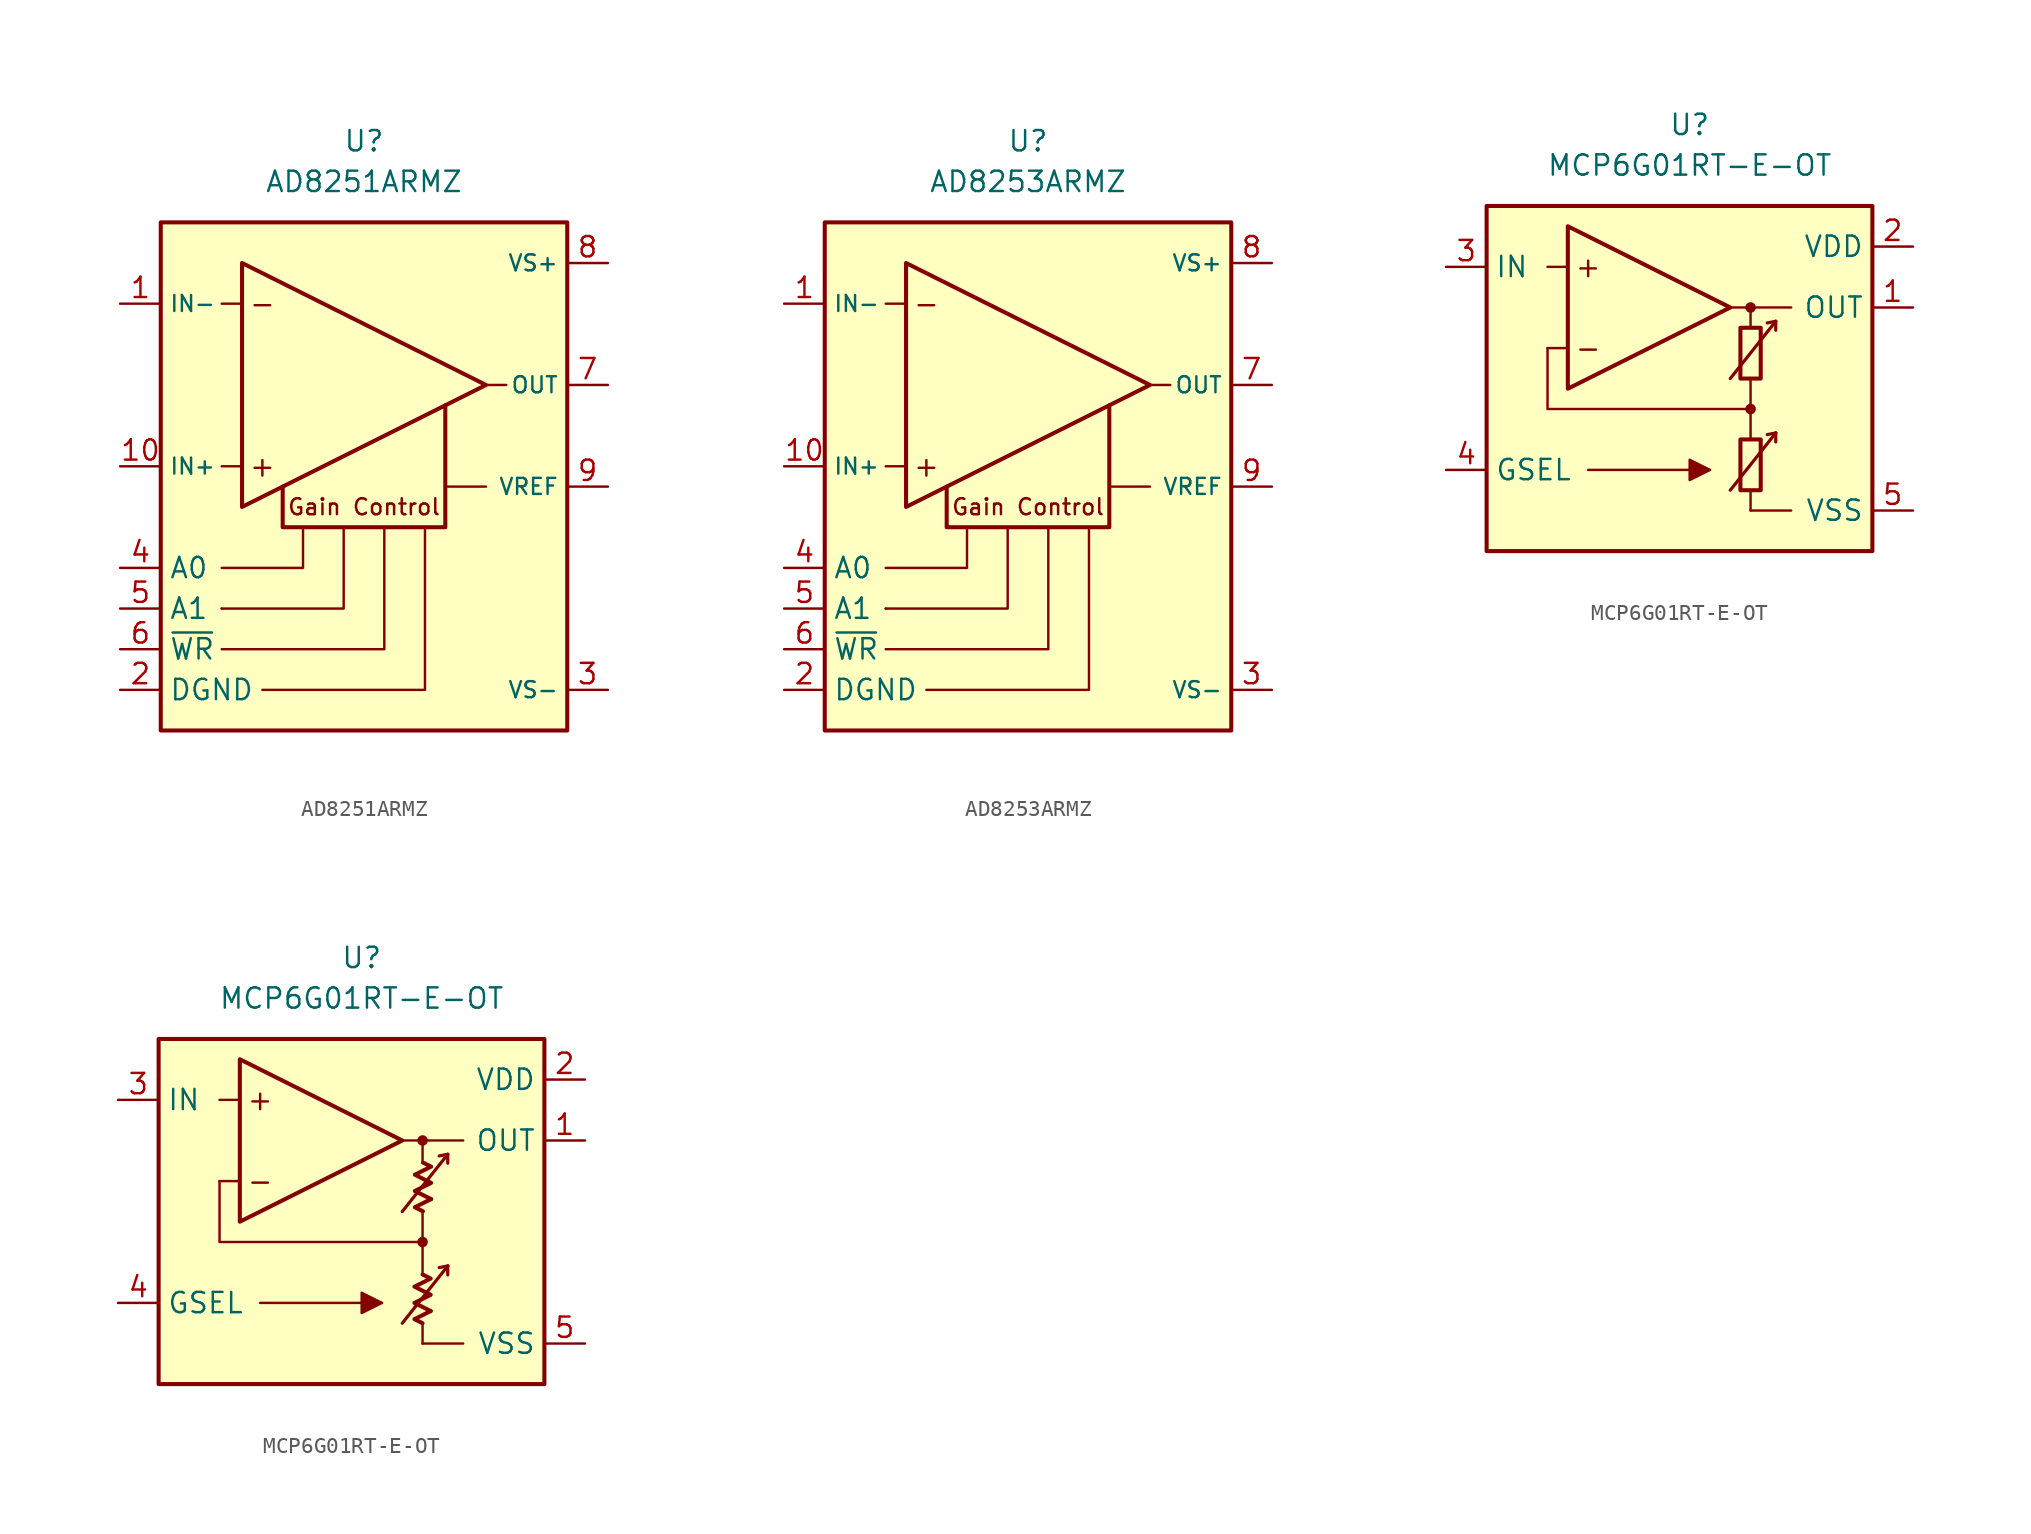
<source format=kicad_sym>
(kicad_symbol_lib
  (version 20231120)
  (generator "kicad_symbol_editor")
  (generator_version "8.0")
  (symbol "AD8251ARMZ"
    (property "Reference" "U"
      (at 0 21.59 0)
      (effects (font (size 1.27 1.27))))
    (property "Value" "AD8251ARMZ"
      (at 0 19.05 0)
      (effects (font (size 1.27 1.27))))
    (symbol "AD8251ARMZ_1_0"
      (rectangle (start -12.7 16.51) (end 12.7 -15.24) (stroke (width 0.254) (type default)) (fill (type background))))
    (symbol "AD8251ARMZ_1_1"
      (polyline (pts (xy -8.89 -7.62) (xy -8.89 -7.62)) (stroke (width 0.152) (type default)) (fill (type none)))
      (polyline (pts (xy -7.62 1.27) (xy -8.89 1.27)) (stroke (width 0.152) (type default)) (fill (type none)))
      (polyline (pts (xy -7.62 11.43) (xy -8.89 11.43)) (stroke (width 0.152) (type default)) (fill (type none)))
      (polyline (pts (xy 5.08 0) (xy 7.62 0)) (stroke (width 0.152) (type default)) (fill (type none)))
      (polyline (pts (xy 7.62 6.35) (xy 8.89 6.35)) (stroke (width 0.152) (type default)) (fill (type none)))
      (polyline (pts (xy -8.89 -7.62) (xy -1.27 -7.62) (xy -1.27 -2.54)) (stroke (width 0.152) (type default)) (fill (type none)))
      (polyline (pts (xy -6.35 -12.7) (xy 3.81 -12.7) (xy 3.81 -2.54)) (stroke (width 0.152) (type default)) (fill (type none)))
      (polyline (pts (xy -3.81 -2.54) (xy -3.81 -5.08) (xy -8.89 -5.08)) (stroke (width 0.152) (type default)) (fill (type none)))
      (polyline (pts (xy 1.27 -2.54) (xy 1.27 -10.16) (xy -8.89 -10.16)) (stroke (width 0.152) (type default)) (fill (type none)))
      (polyline (pts (xy -7.62 13.97) (xy -7.62 -1.27) (xy 7.62 6.35) (xy -7.62 13.97)) (stroke (width 0.254) (type default)) (fill (type none)))
      (polyline (pts (xy 5.08 5.08) (xy 5.08 -2.54) (xy -5.08 -2.54) (xy -5.08 0)) (stroke (width 0.254) (type default)) (fill (type none)))
      (text "+" (at -6.35 1.27 0) (effects (font (size 1.27 1.27))))
      (text "-" (at -6.35 11.43 0) (effects (font (size 1.27 1.27))))
      (text "Gain Control" (at 0 -1.27 0) (effects (font (size 1 1))))
      (pin input line (at -15.24 11.43 0) (length 2.54) (name "IN-" (effects (font (size 1 1)))) (number "1" (effects (font (size 1.27 1.27)))))
      (pin input line (at -15.24 1.27 0) (length 2.54) (name "IN+" (effects (font (size 1 1)))) (number "10" (effects (font (size 1.27 1.27)))))
      (pin power_in line (at -15.24 -12.7 0) (length 2.54) (name "DGND" (effects (font (size 1.27 1.27)))) (number "2" (effects (font (size 1.27 1.27)))))
      (pin power_in line (at 15.24 -12.7 180) (length 2.54) (name "VS-" (effects (font (size 1 1)))) (number "3" (effects (font (size 1.27 1.27)))))
      (pin input line (at -15.24 -5.08 0) (length 2.54) (name "A0" (effects (font (size 1.27 1.27)))) (number "4" (effects (font (size 1.27 1.27)))))
      (pin input line (at -15.24 -7.62 0) (length 2.54) (name "A1" (effects (font (size 1.27 1.27)))) (number "5" (effects (font (size 1.27 1.27)))))
      (pin input line (at -15.24 -10.16 0) (length 2.54) (name "~{WR}" (effects (font (size 1.27 1.27)))) (number "6" (effects (font (size 1.27 1.27)))))
      (pin output line (at 15.24 6.35 180) (length 2.54) (name "OUT" (effects (font (size 1 1)))) (number "7" (effects (font (size 1.27 1.27)))))
      (pin power_in line (at 15.24 13.97 180) (length 2.54) (name "VS+" (effects (font (size 1 1)))) (number "8" (effects (font (size 1.27 1.27)))))
      (pin input line (at 15.24 0 180) (length 2.54) (name "VREF" (effects (font (size 1 1)))) (number "9" (effects (font (size 1.27 1.27)))))))
  (symbol "AD8253ARMZ"
    (property "Reference" "U"
      (at 0 21.59 0)
      (effects (font (size 1.27 1.27))))
    (property "Value" "AD8253ARMZ"
      (at 0 19.05 0)
      (effects (font (size 1.27 1.27))))
    (symbol "AD8253ARMZ_1_0"
      (rectangle (start -12.7 16.51) (end 12.7 -15.24) (stroke (width 0.254) (type default)) (fill (type background))))
    (symbol "AD8253ARMZ_1_1"
      (polyline (pts (xy -8.89 -7.62) (xy -8.89 -7.62)) (stroke (width 0.152) (type default)) (fill (type none)))
      (polyline (pts (xy -7.62 1.27) (xy -8.89 1.27)) (stroke (width 0.152) (type default)) (fill (type none)))
      (polyline (pts (xy -7.62 11.43) (xy -8.89 11.43)) (stroke (width 0.152) (type default)) (fill (type none)))
      (polyline (pts (xy 5.08 0) (xy 7.62 0)) (stroke (width 0.152) (type default)) (fill (type none)))
      (polyline (pts (xy 7.62 6.35) (xy 8.89 6.35)) (stroke (width 0.152) (type default)) (fill (type none)))
      (polyline (pts (xy -8.89 -7.62) (xy -1.27 -7.62) (xy -1.27 -2.54)) (stroke (width 0.152) (type default)) (fill (type none)))
      (polyline (pts (xy -6.35 -12.7) (xy 3.81 -12.7) (xy 3.81 -2.54)) (stroke (width 0.152) (type default)) (fill (type none)))
      (polyline (pts (xy -3.81 -2.54) (xy -3.81 -5.08) (xy -8.89 -5.08)) (stroke (width 0.152) (type default)) (fill (type none)))
      (polyline (pts (xy 1.27 -2.54) (xy 1.27 -10.16) (xy -8.89 -10.16)) (stroke (width 0.152) (type default)) (fill (type none)))
      (polyline (pts (xy -7.62 13.97) (xy -7.62 -1.27) (xy 7.62 6.35) (xy -7.62 13.97)) (stroke (width 0.254) (type default)) (fill (type none)))
      (polyline (pts (xy 5.08 5.08) (xy 5.08 -2.54) (xy -5.08 -2.54) (xy -5.08 0)) (stroke (width 0.254) (type default)) (fill (type none)))
      (text "+" (at -6.35 1.27 0) (effects (font (size 1.27 1.27))))
      (text "-" (at -6.35 11.43 0) (effects (font (size 1.27 1.27))))
      (text "Gain Control" (at 0 -1.27 0) (effects (font (size 1 1))))
      (pin input line (at -15.24 11.43 0) (length 2.54) (name "IN-" (effects (font (size 1 1)))) (number "1" (effects (font (size 1.27 1.27)))))
      (pin input line (at -15.24 1.27 0) (length 2.54) (name "IN+" (effects (font (size 1 1)))) (number "10" (effects (font (size 1.27 1.27)))))
      (pin power_in line (at -15.24 -12.7 0) (length 2.54) (name "DGND" (effects (font (size 1.27 1.27)))) (number "2" (effects (font (size 1.27 1.27)))))
      (pin power_in line (at 15.24 -12.7 180) (length 2.54) (name "VS-" (effects (font (size 1 1)))) (number "3" (effects (font (size 1.27 1.27)))))
      (pin input line (at -15.24 -5.08 0) (length 2.54) (name "A0" (effects (font (size 1.27 1.27)))) (number "4" (effects (font (size 1.27 1.27)))))
      (pin input line (at -15.24 -7.62 0) (length 2.54) (name "A1" (effects (font (size 1.27 1.27)))) (number "5" (effects (font (size 1.27 1.27)))))
      (pin input line (at -15.24 -10.16 0) (length 2.54) (name "~{WR}" (effects (font (size 1.27 1.27)))) (number "6" (effects (font (size 1.27 1.27)))))
      (pin output line (at 15.24 6.35 180) (length 2.54) (name "OUT" (effects (font (size 1 1)))) (number "7" (effects (font (size 1.27 1.27)))))
      (pin power_in line (at 15.24 13.97 180) (length 2.54) (name "VS+" (effects (font (size 1 1)))) (number "8" (effects (font (size 1.27 1.27)))))
      (pin input line (at 15.24 0 180) (length 2.54) (name "VREF" (effects (font (size 1 1)))) (number "9" (effects (font (size 1.27 1.27)))))))
  (symbol "MCP6G01RT-E-OT"
    (property "Reference" "U"
      (at 0 16.51 0)
      (effects (font (size 1.27 1.27))))
    (property "Value" "MCP6G01RT-E-OT"
      (at 0 13.97 0)
      (effects (font (size 1.27 1.27))))
    (symbol "MCP6G01RT-E-OT_0_0"
      (rectangle (start -12.7 11.43) (end 11.43 -10.16) (stroke (width 0.254) (type default)) (fill (type background)))
      (polyline (pts (xy 3.81 -3.81)) (stroke (width 0.152) (type default)) (fill (type none)))
      (polyline (pts (xy 3.81 3.81)) (stroke (width 0.152) (type default)) (fill (type none)))
      (polyline (pts (xy -7.62 2.54) (xy -8.89 2.54)) (stroke (width 0.152) (type default)) (fill (type none)))
      (polyline (pts (xy -7.62 7.62) (xy -8.89 7.62)) (stroke (width 0.152) (type default)) (fill (type none)))
      (polyline (pts (xy 2.54 5.08) (xy 6.35 5.08)) (stroke (width 0.152) (type default)) (fill (type none)))
      (polyline (pts (xy 3.81 -7.62) (xy 6.35 -7.62)) (stroke (width 0.152) (type default)) (fill (type none)))
      (polyline (pts (xy 3.81 -6.35) (xy 3.81 -7.62)) (stroke (width 0.152) (type default)) (fill (type none)))
      (polyline (pts (xy 3.81 -1.27) (xy 3.81 -3.175)) (stroke (width 0.152) (type default)) (fill (type none)))
      (polyline (pts (xy 3.81 0.635) (xy 3.81 -1.27)) (stroke (width 0.152) (type default)) (fill (type none)))
      (polyline (pts (xy 3.81 5.08) (xy 3.81 3.81)) (stroke (width 0.152) (type default)) (fill (type none)))
      (polyline (pts (xy 3.81 -1.27) (xy -8.89 -1.27) (xy -8.89 2.54)) (stroke (width 0.152) (type default)) (fill (type none)))
      (circle (center 3.81 -1.27) (radius 0.254) (stroke (width 0.152) (type default)) (fill (type outline)))
      (circle (center 3.81 5.08) (radius 0.254) (stroke (width 0.152) (type default)) (fill (type outline)))
      (text "+" (at -6.35 7.62 0) (effects (font (size 1.27 1.27))))
      (text "-" (at -6.35 2.54 0) (effects (font (size 1.27 1.27)))))
    (symbol "MCP6G01RT-E-OT_0_1"
      (rectangle (start 3.175 -3.175) (end 4.445 -6.35) (stroke (width 0.254) (type default)) (fill (type none)))
      (rectangle (start 3.175 3.81) (end 4.445 0.635) (stroke (width 0.254) (type default)) (fill (type none))))
    (symbol "MCP6G01RT-E-OT_0_2"
      (polyline (pts (xy 4.318 -5.588) (xy 3.302 -6.096) (xy 3.81 -6.35)) (stroke (width 0.254) (type default)) (fill (type none)))
      (polyline (pts (xy 4.343 1.413) (xy 3.326 0.905) (xy 3.834 0.651)) (stroke (width 0.254) (type default)) (fill (type none)))
      (polyline (pts (xy 3.81 -3.302) (xy 4.318 -3.556) (xy 3.302 -4.064) (xy 4.318 -4.572) (xy 3.302 -5.08) (xy 4.318 -5.588)) (stroke (width 0.254) (type default)) (fill (type none)))
      (polyline (pts (xy 3.834 3.7) (xy 4.343 3.446) (xy 3.326 2.938) (xy 4.343 2.429) (xy 3.326 1.921) (xy 4.343 1.413)) (stroke (width 0.254) (type default)) (fill (type none))))
    (symbol "MCP6G01RT-E-OT_1_0"
      (polyline (pts (xy -6.35 -5.08) (xy 1.27 -5.08)) (stroke (width 0.152) (type default)) (fill (type none)))
      (polyline (pts (xy 5.385 -2.769) (xy 4.851 -2.87)) (stroke (width 0.2) (type default)) (fill (type none)))
      (polyline (pts (xy 5.385 -2.769) (xy 5.385 -3.327)) (stroke (width 0.2) (type default)) (fill (type none)))
      (polyline (pts (xy 5.385 4.216) (xy 4.851 4.115)) (stroke (width 0.2) (type default)) (fill (type none)))
      (polyline (pts (xy 5.385 4.216) (xy 5.385 3.658)) (stroke (width 0.2) (type default)) (fill (type none)))
      (polyline (pts (xy -7.62 10.16) (xy -7.62 0) (xy 2.54 5.08) (xy -7.62 10.16)) (stroke (width 0.254) (type default)) (fill (type background)))
      (polyline (pts (xy 2.54 -6.35) (xy 5.385 -2.769) (xy 5.385 -2.769) (xy 5.385 -2.769)) (stroke (width 0.2) (type default)) (fill (type none)))
      (polyline (pts (xy 2.54 0.635) (xy 5.385 4.216) (xy 5.385 4.216) (xy 5.385 4.216)) (stroke (width 0.2) (type default)) (fill (type none)))
      (polyline (pts (xy 1.27 -5.08) (xy 0 -4.445) (xy 0 -5.715) (xy 1.27 -5.08) (xy 0 -4.445)) (stroke (width 0.152) (type default)) (fill (type outline))))
    (symbol "MCP6G01RT-E-OT_1_1"
      (pin output line (at 13.97 5.08 180) (length 2.54) (name "OUT" (effects (font (size 1.27 1.27)))) (number "1" (effects (font (size 1.27 1.27)))))
      (pin power_in line (at 13.97 8.89 180) (length 2.54) (name "VDD" (effects (font (size 1.27 1.27)))) (number "2" (effects (font (size 1.27 1.27)))))
      (pin input line (at -15.24 7.62 0) (length 2.54) (name "IN" (effects (font (size 1.27 1.27)))) (number "3" (effects (font (size 1.27 1.27)))))
      (pin input line (at -15.24 -5.08 0) (length 2.54) (name "GSEL" (effects (font (size 1.27 1.27)))) (number "4" (effects (font (size 1.27 1.27)))))
      (pin power_in line (at 13.97 -7.62 180) (length 2.54) (name "VSS" (effects (font (size 1.27 1.27)))) (number "5" (effects (font (size 1.27 1.27))))))
    (symbol "MCP6G01RT-E-OT_1_2"
      (pin output line (at 13.97 5.08 180) (length 2.54) (name "OUT" (effects (font (size 1.27 1.27)))) (number "1" (effects (font (size 1.27 1.27)))))
      (pin power_in line (at 13.97 8.89 180) (length 2.54) (name "VDD" (effects (font (size 1.27 1.27)))) (number "2" (effects (font (size 1.27 1.27)))))
      (pin input line (at -15.24 7.62 0) (length 2.54) (name "IN" (effects (font (size 1.27 1.27)))) (number "3" (effects (font (size 1.27 1.27)))))
      (pin input line (at -15.24 -5.08 0) (length 2.54) (name "GSEL" (effects (font (size 1.27 1.27)))) (number "4" (effects (font (size 1.27 1.27)))))
      (pin power_in line (at 13.97 -7.62 180) (length 2.54) (name "VSS" (effects (font (size 1.27 1.27)))) (number "5" (effects (font (size 1.27 1.27))))))))
</source>
